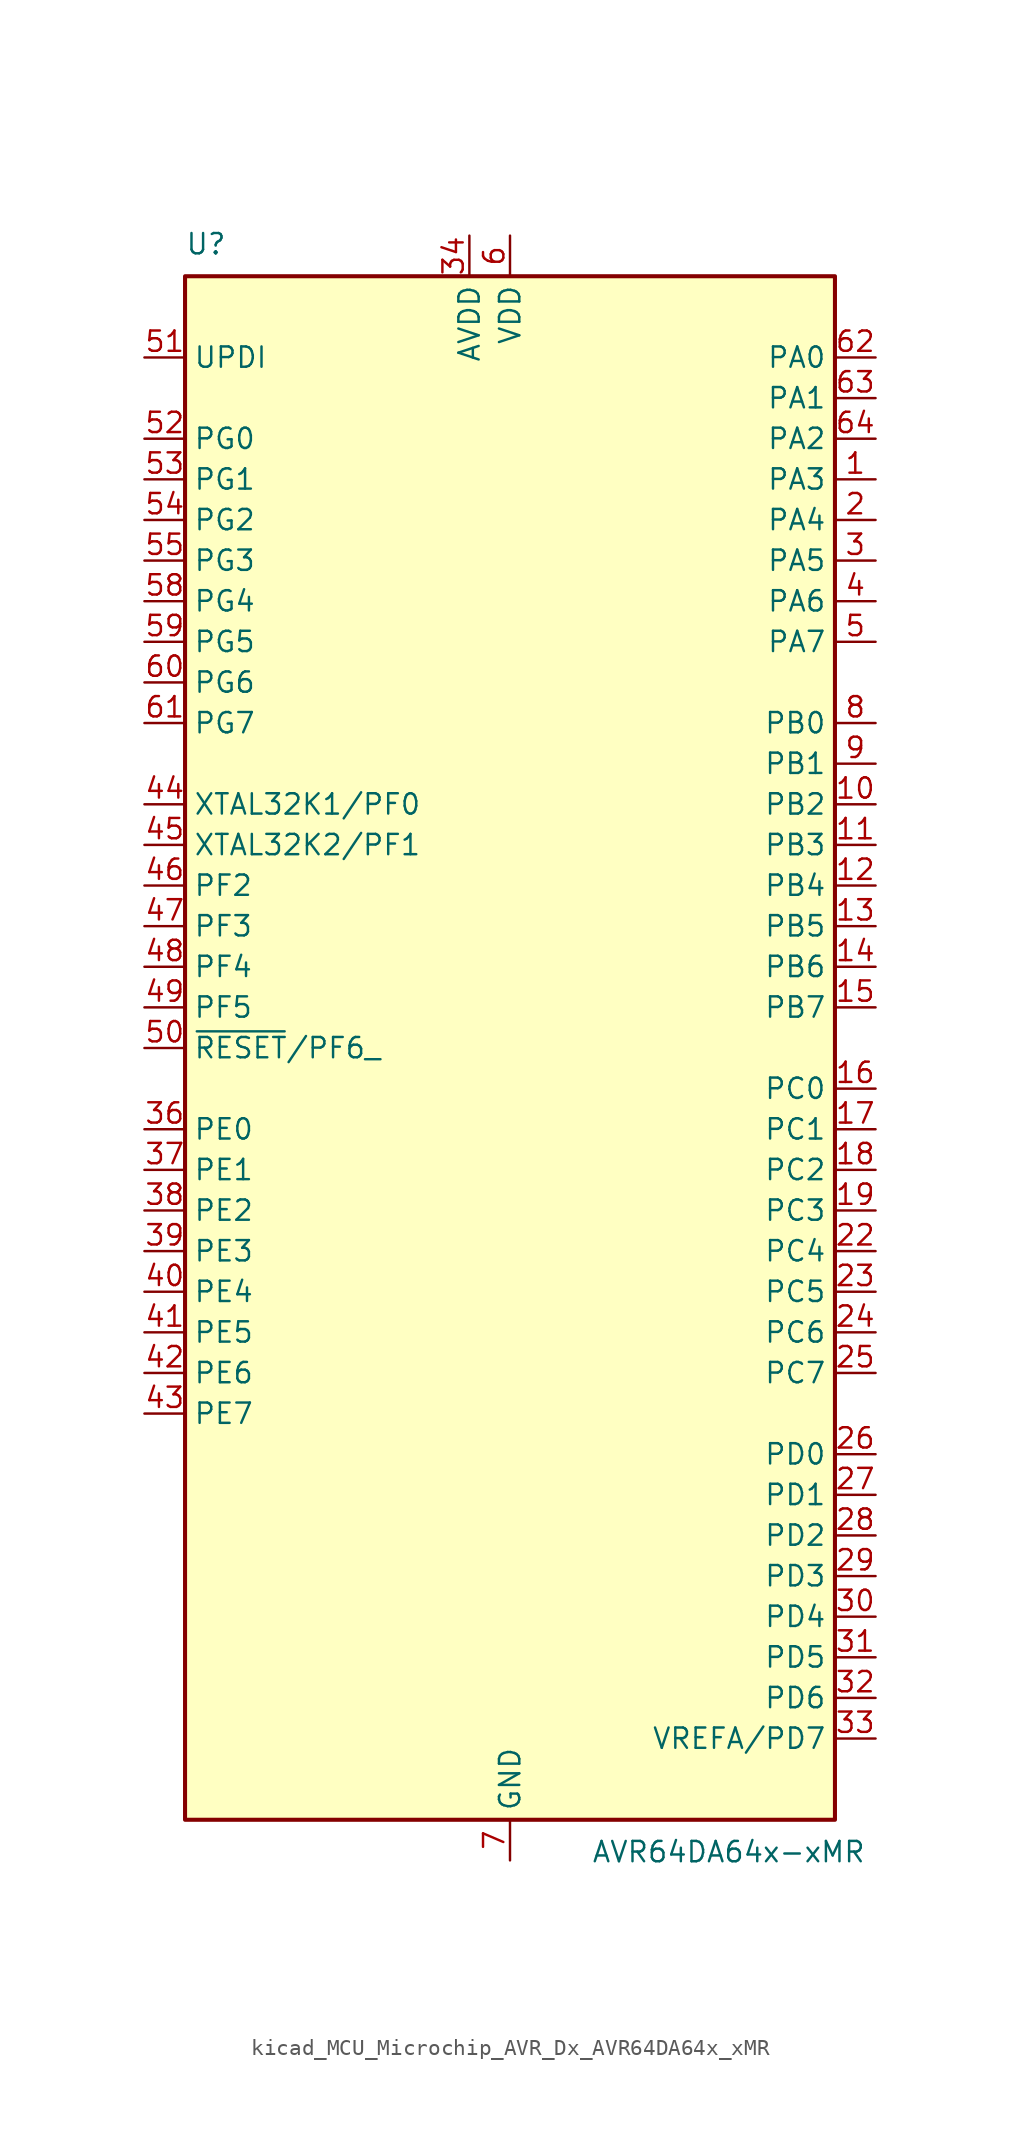
<source format=kicad_sym>
(kicad_symbol_lib
  (version 20220914)
  (generator kicad_symbol_editor)
  (symbol "kicad_MCU_Microchip_AVR_Dx_AVR64DA64x_xMR"
    (property "Reference" "U"
      (at -20.32 49.53 0)
      (effects (font (size 1.27 1.27)) (justify left bottom)))
    (property "Value" "AVR64DA64x-xMR"
      (at 5.08 -49.53 0)
      (effects (font (size 1.27 1.27)) (justify left top)))
    (symbol "kicad_MCU_Microchip_AVR_Dx_AVR64DA64x_xMR_0_1"
      (rectangle (start -20.32 48.26) (end 20.32 -48.26) (stroke (width 0.254) (type default)) (fill (type background))))
    (symbol "kicad_MCU_Microchip_AVR_Dx_AVR64DA64x_xMR_1_1"
      (pin bidirectional line (at 22.86 35.56 180) (length 2.54) (name "PA3" (effects (font (size 1.27 1.27)))) (number "1" (effects (font (size 1.27 1.27)))))
      (pin bidirectional line (at 22.86 15.24 180) (length 2.54) (name "PB2" (effects (font (size 1.27 1.27)))) (number "10" (effects (font (size 1.27 1.27)))))
      (pin bidirectional line (at 22.86 12.7 180) (length 2.54) (name "PB3" (effects (font (size 1.27 1.27)))) (number "11" (effects (font (size 1.27 1.27)))))
      (pin bidirectional line (at 22.86 10.16 180) (length 2.54) (name "PB4" (effects (font (size 1.27 1.27)))) (number "12" (effects (font (size 1.27 1.27)))))
      (pin bidirectional line (at 22.86 7.62 180) (length 2.54) (name "PB5" (effects (font (size 1.27 1.27)))) (number "13" (effects (font (size 1.27 1.27)))))
      (pin bidirectional line (at 22.86 5.08 180) (length 2.54) (name "PB6" (effects (font (size 1.27 1.27)))) (number "14" (effects (font (size 1.27 1.27)))))
      (pin bidirectional line (at 22.86 2.54 180) (length 2.54) (name "PB7" (effects (font (size 1.27 1.27)))) (number "15" (effects (font (size 1.27 1.27)))))
      (pin bidirectional line (at 22.86 -2.54 180) (length 2.54) (name "PC0" (effects (font (size 1.27 1.27)))) (number "16" (effects (font (size 1.27 1.27)))))
      (pin bidirectional line (at 22.86 -5.08 180) (length 2.54) (name "PC1" (effects (font (size 1.27 1.27)))) (number "17" (effects (font (size 1.27 1.27)))))
      (pin bidirectional line (at 22.86 -7.62 180) (length 2.54) (name "PC2" (effects (font (size 1.27 1.27)))) (number "18" (effects (font (size 1.27 1.27)))))
      (pin bidirectional line (at 22.86 -10.16 180) (length 2.54) (name "PC3" (effects (font (size 1.27 1.27)))) (number "19" (effects (font (size 1.27 1.27)))))
      (pin bidirectional line (at 22.86 33.02 180) (length 2.54) (name "PA4" (effects (font (size 1.27 1.27)))) (number "2" (effects (font (size 1.27 1.27)))))
      (pin passive line (at 0 50.8 270) (length 2.54) hide (name "VDD" (effects (font (size 1.27 1.27)))) (number "20" (effects (font (size 1.27 1.27)))))
      (pin passive line (at 0 -50.8 90) (length 2.54) hide (name "GND" (effects (font (size 1.27 1.27)))) (number "21" (effects (font (size 1.27 1.27)))))
      (pin bidirectional line (at 22.86 -12.7 180) (length 2.54) (name "PC4" (effects (font (size 1.27 1.27)))) (number "22" (effects (font (size 1.27 1.27)))))
      (pin bidirectional line (at 22.86 -15.24 180) (length 2.54) (name "PC5" (effects (font (size 1.27 1.27)))) (number "23" (effects (font (size 1.27 1.27)))))
      (pin bidirectional line (at 22.86 -17.78 180) (length 2.54) (name "PC6" (effects (font (size 1.27 1.27)))) (number "24" (effects (font (size 1.27 1.27)))))
      (pin bidirectional line (at 22.86 -20.32 180) (length 2.54) (name "PC7" (effects (font (size 1.27 1.27)))) (number "25" (effects (font (size 1.27 1.27)))))
      (pin bidirectional line (at 22.86 -25.4 180) (length 2.54) (name "PD0" (effects (font (size 1.27 1.27)))) (number "26" (effects (font (size 1.27 1.27)))))
      (pin bidirectional line (at 22.86 -27.94 180) (length 2.54) (name "PD1" (effects (font (size 1.27 1.27)))) (number "27" (effects (font (size 1.27 1.27)))))
      (pin bidirectional line (at 22.86 -30.48 180) (length 2.54) (name "PD2" (effects (font (size 1.27 1.27)))) (number "28" (effects (font (size 1.27 1.27)))))
      (pin bidirectional line (at 22.86 -33.02 180) (length 2.54) (name "PD3" (effects (font (size 1.27 1.27)))) (number "29" (effects (font (size 1.27 1.27)))))
      (pin bidirectional line (at 22.86 30.48 180) (length 2.54) (name "PA5" (effects (font (size 1.27 1.27)))) (number "3" (effects (font (size 1.27 1.27)))))
      (pin bidirectional line (at 22.86 -35.56 180) (length 2.54) (name "PD4" (effects (font (size 1.27 1.27)))) (number "30" (effects (font (size 1.27 1.27)))))
      (pin bidirectional line (at 22.86 -38.1 180) (length 2.54) (name "PD5" (effects (font (size 1.27 1.27)))) (number "31" (effects (font (size 1.27 1.27)))))
      (pin bidirectional line (at 22.86 -40.64 180) (length 2.54) (name "PD6" (effects (font (size 1.27 1.27)))) (number "32" (effects (font (size 1.27 1.27)))))
      (pin bidirectional line (at 22.86 -43.18 180) (length 2.54) (name "VREFA/PD7" (effects (font (size 1.27 1.27)))) (number "33" (effects (font (size 1.27 1.27)))))
      (pin power_in line (at -2.54 50.8 270) (length 2.54) (name "AVDD" (effects (font (size 1.27 1.27)))) (number "34" (effects (font (size 1.27 1.27)))))
      (pin passive line (at 0 -50.8 90) (length 2.54) hide (name "GND" (effects (font (size 1.27 1.27)))) (number "35" (effects (font (size 1.27 1.27)))))
      (pin bidirectional line (at -22.86 -5.08 0) (length 2.54) (name "PE0" (effects (font (size 1.27 1.27)))) (number "36" (effects (font (size 1.27 1.27)))))
      (pin bidirectional line (at -22.86 -7.62 0) (length 2.54) (name "PE1" (effects (font (size 1.27 1.27)))) (number "37" (effects (font (size 1.27 1.27)))))
      (pin bidirectional line (at -22.86 -10.16 0) (length 2.54) (name "PE2" (effects (font (size 1.27 1.27)))) (number "38" (effects (font (size 1.27 1.27)))))
      (pin bidirectional line (at -22.86 -12.7 0) (length 2.54) (name "PE3" (effects (font (size 1.27 1.27)))) (number "39" (effects (font (size 1.27 1.27)))))
      (pin bidirectional line (at 22.86 27.94 180) (length 2.54) (name "PA6" (effects (font (size 1.27 1.27)))) (number "4" (effects (font (size 1.27 1.27)))))
      (pin bidirectional line (at -22.86 -15.24 0) (length 2.54) (name "PE4" (effects (font (size 1.27 1.27)))) (number "40" (effects (font (size 1.27 1.27)))))
      (pin bidirectional line (at -22.86 -17.78 0) (length 2.54) (name "PE5" (effects (font (size 1.27 1.27)))) (number "41" (effects (font (size 1.27 1.27)))))
      (pin bidirectional line (at -22.86 -20.32 0) (length 2.54) (name "PE6" (effects (font (size 1.27 1.27)))) (number "42" (effects (font (size 1.27 1.27)))))
      (pin bidirectional line (at -22.86 -22.86 0) (length 2.54) (name "PE7" (effects (font (size 1.27 1.27)))) (number "43" (effects (font (size 1.27 1.27)))))
      (pin bidirectional line (at -22.86 15.24 0) (length 2.54) (name "XTAL32K1/PF0" (effects (font (size 1.27 1.27)))) (number "44" (effects (font (size 1.27 1.27)))))
      (pin bidirectional line (at -22.86 12.7 0) (length 2.54) (name "XTAL32K2/PF1" (effects (font (size 1.27 1.27)))) (number "45" (effects (font (size 1.27 1.27)))))
      (pin bidirectional line (at -22.86 10.16 0) (length 2.54) (name "PF2" (effects (font (size 1.27 1.27)))) (number "46" (effects (font (size 1.27 1.27)))))
      (pin bidirectional line (at -22.86 7.62 0) (length 2.54) (name "PF3" (effects (font (size 1.27 1.27)))) (number "47" (effects (font (size 1.27 1.27)))))
      (pin bidirectional line (at -22.86 5.08 0) (length 2.54) (name "PF4" (effects (font (size 1.27 1.27)))) (number "48" (effects (font (size 1.27 1.27)))))
      (pin bidirectional line (at -22.86 2.54 0) (length 2.54) (name "PF5" (effects (font (size 1.27 1.27)))) (number "49" (effects (font (size 1.27 1.27)))))
      (pin bidirectional line (at 22.86 25.4 180) (length 2.54) (name "PA7" (effects (font (size 1.27 1.27)))) (number "5" (effects (font (size 1.27 1.27)))))
      (pin bidirectional line (at -22.86 0 0) (length 2.54) (name "~{RESET}/PF6_" (effects (font (size 1.27 1.27)))) (number "50" (effects (font (size 1.27 1.27)))))
      (pin input line (at -22.86 43.18 0) (length 2.54) (name "UPDI" (effects (font (size 1.27 1.27)))) (number "51" (effects (font (size 1.27 1.27)))))
      (pin bidirectional line (at -22.86 38.1 0) (length 2.54) (name "PG0" (effects (font (size 1.27 1.27)))) (number "52" (effects (font (size 1.27 1.27)))))
      (pin bidirectional line (at -22.86 35.56 0) (length 2.54) (name "PG1" (effects (font (size 1.27 1.27)))) (number "53" (effects (font (size 1.27 1.27)))))
      (pin bidirectional line (at -22.86 33.02 0) (length 2.54) (name "PG2" (effects (font (size 1.27 1.27)))) (number "54" (effects (font (size 1.27 1.27)))))
      (pin bidirectional line (at -22.86 30.48 0) (length 2.54) (name "PG3" (effects (font (size 1.27 1.27)))) (number "55" (effects (font (size 1.27 1.27)))))
      (pin passive line (at 0 50.8 270) (length 2.54) hide (name "VDD" (effects (font (size 1.27 1.27)))) (number "56" (effects (font (size 1.27 1.27)))))
      (pin passive line (at 0 -50.8 90) (length 2.54) hide (name "GND" (effects (font (size 1.27 1.27)))) (number "57" (effects (font (size 1.27 1.27)))))
      (pin bidirectional line (at -22.86 27.94 0) (length 2.54) (name "PG4" (effects (font (size 1.27 1.27)))) (number "58" (effects (font (size 1.27 1.27)))))
      (pin bidirectional line (at -22.86 25.4 0) (length 2.54) (name "PG5" (effects (font (size 1.27 1.27)))) (number "59" (effects (font (size 1.27 1.27)))))
      (pin power_in line (at 0 50.8 270) (length 2.54) (name "VDD" (effects (font (size 1.27 1.27)))) (number "6" (effects (font (size 1.27 1.27)))))
      (pin bidirectional line (at -22.86 22.86 0) (length 2.54) (name "PG6" (effects (font (size 1.27 1.27)))) (number "60" (effects (font (size 1.27 1.27)))))
      (pin bidirectional line (at -22.86 20.32 0) (length 2.54) (name "PG7" (effects (font (size 1.27 1.27)))) (number "61" (effects (font (size 1.27 1.27)))))
      (pin bidirectional line (at 22.86 43.18 180) (length 2.54) (name "PA0" (effects (font (size 1.27 1.27)))) (number "62" (effects (font (size 1.27 1.27)))))
      (pin bidirectional line (at 22.86 40.64 180) (length 2.54) (name "PA1" (effects (font (size 1.27 1.27)))) (number "63" (effects (font (size 1.27 1.27)))))
      (pin bidirectional line (at 22.86 38.1 180) (length 2.54) (name "PA2" (effects (font (size 1.27 1.27)))) (number "64" (effects (font (size 1.27 1.27)))))
      (pin passive line (at 0 -50.8 90) (length 2.54) hide (name "GND" (effects (font (size 1.27 1.27)))) (number "65" (effects (font (size 1.27 1.27)))))
      (pin power_in line (at 0 -50.8 90) (length 2.54) (name "GND" (effects (font (size 1.27 1.27)))) (number "7" (effects (font (size 1.27 1.27)))))
      (pin bidirectional line (at 22.86 20.32 180) (length 2.54) (name "PB0" (effects (font (size 1.27 1.27)))) (number "8" (effects (font (size 1.27 1.27)))))
      (pin bidirectional line (at 22.86 17.78 180) (length 2.54) (name "PB1" (effects (font (size 1.27 1.27)))) (number "9" (effects (font (size 1.27 1.27))))))))
</source>
